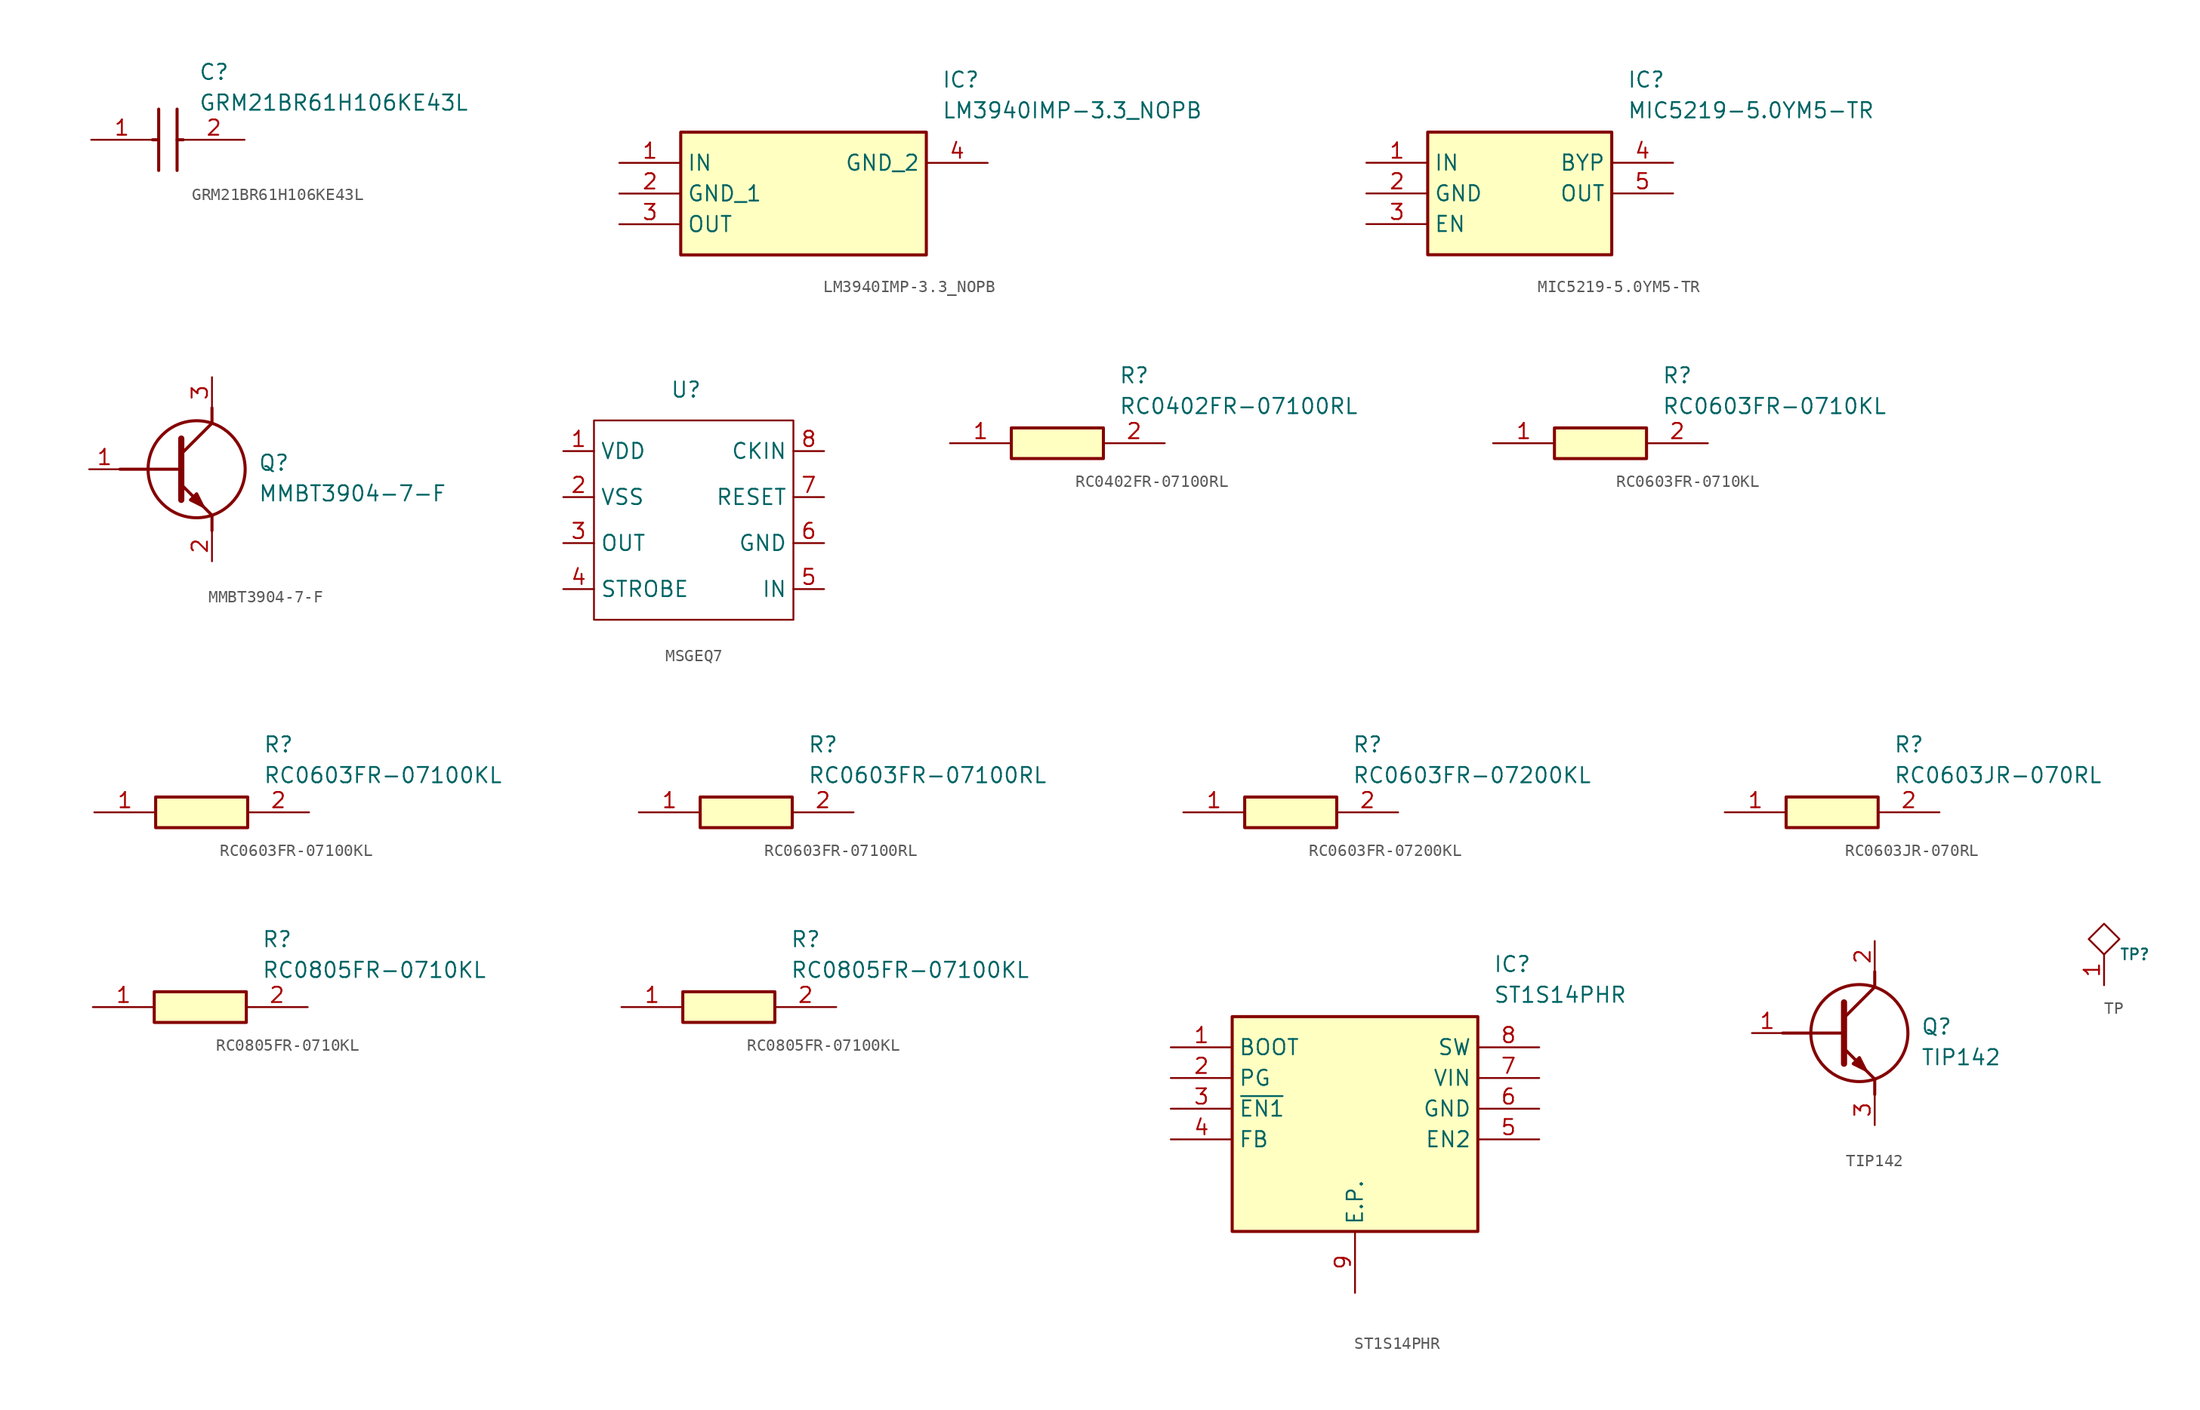
<source format=kicad_sym>
(kicad_symbol_lib
  (version 20231120)
  (generator "kicad_symbol_editor")
  (generator_version "8.0")
  (symbol "GRM21BR61H106KE43L"
    (pin_names hide)
    (property "Reference" "C"
      (at 8.89 6.35 0)
      (effects (font (size 1.27 1.27)) (justify left top)))
    (property "Value" "GRM21BR61H106KE43L"
      (at 8.89 3.81 0)
      (effects (font (size 1.27 1.27)) (justify left top)))
    (symbol "GRM21BR61H106KE43L_1_1"
      (polyline (pts (xy 5.08 0) (xy 5.588 0)) (stroke (width 0.254) (type default)) (fill (type none)))
      (polyline (pts (xy 5.588 2.54) (xy 5.588 -2.54)) (stroke (width 0.254) (type default)) (fill (type none)))
      (polyline (pts (xy 7.112 0) (xy 7.62 0)) (stroke (width 0.254) (type default)) (fill (type none)))
      (polyline (pts (xy 7.112 2.54) (xy 7.112 -2.54)) (stroke (width 0.254) (type default)) (fill (type none)))
      (pin passive line (at 0 0 0) (length 5.08) (name "1" (effects (font (size 1.27 1.27)))) (number "1" (effects (font (size 1.27 1.27)))))
      (pin passive line (at 12.7 0 180) (length 5.08) (name "2" (effects (font (size 1.27 1.27)))) (number "2" (effects (font (size 1.27 1.27)))))))
  (symbol "LM3940IMP-3.3_NOPB"
    (property "Reference" "IC"
      (at 26.67 7.62 0)
      (effects (font (size 1.27 1.27)) (justify left top)))
    (property "Value" "LM3940IMP-3.3_NOPB"
      (at 26.67 5.08 0)
      (effects (font (size 1.27 1.27)) (justify left top)))
    (symbol "LM3940IMP-3.3_NOPB_1_1"
      (rectangle (start 5.08 2.54) (end 25.4 -7.62) (stroke (width 0.254) (type default)) (fill (type background)))
      (pin passive line (at 0 0 0) (length 5.08) (name "IN" (effects (font (size 1.27 1.27)))) (number "1" (effects (font (size 1.27 1.27)))))
      (pin passive line (at 0 -2.54 0) (length 5.08) (name "GND_1" (effects (font (size 1.27 1.27)))) (number "2" (effects (font (size 1.27 1.27)))))
      (pin passive line (at 0 -5.08 0) (length 5.08) (name "OUT" (effects (font (size 1.27 1.27)))) (number "3" (effects (font (size 1.27 1.27)))))
      (pin passive line (at 30.48 0 180) (length 5.08) (name "GND_2" (effects (font (size 1.27 1.27)))) (number "4" (effects (font (size 1.27 1.27)))))))
  (symbol "MIC5219-5.0YM5-TR"
    (property "Reference" "IC"
      (at 21.59 7.62 0)
      (effects (font (size 1.27 1.27)) (justify left top)))
    (property "Value" "MIC5219-5.0YM5-TR"
      (at 21.59 5.08 0)
      (effects (font (size 1.27 1.27)) (justify left top)))
    (symbol "MIC5219-5.0YM5-TR_1_1"
      (rectangle (start 5.08 2.54) (end 20.32 -7.62) (stroke (width 0.254) (type default)) (fill (type background)))
      (pin passive line (at 0 0 0) (length 5.08) (name "IN" (effects (font (size 1.27 1.27)))) (number "1" (effects (font (size 1.27 1.27)))))
      (pin passive line (at 0 -2.54 0) (length 5.08) (name "GND" (effects (font (size 1.27 1.27)))) (number "2" (effects (font (size 1.27 1.27)))))
      (pin passive line (at 0 -5.08 0) (length 5.08) (name "EN" (effects (font (size 1.27 1.27)))) (number "3" (effects (font (size 1.27 1.27)))))
      (pin passive line (at 25.4 0 180) (length 5.08) (name "BYP" (effects (font (size 1.27 1.27)))) (number "4" (effects (font (size 1.27 1.27)))))
      (pin passive line (at 25.4 -2.54 180) (length 5.08) (name "OUT" (effects (font (size 1.27 1.27)))) (number "5" (effects (font (size 1.27 1.27)))))))
  (symbol "MMBT3904-7-F"
    (pin_names hide)
    (property "Reference" "Q"
      (at 13.97 1.27 0)
      (effects (font (size 1.27 1.27)) (justify left top)))
    (property "Value" "MMBT3904-7-F"
      (at 13.97 -1.27 0)
      (effects (font (size 1.27 1.27)) (justify left top)))
    (symbol "MMBT3904-7-F_1_1"
      (polyline (pts (xy 2.54 0) (xy 7.62 0)) (stroke (width 0.254) (type default)) (fill (type none)))
      (polyline (pts (xy 7.62 -1.27) (xy 10.16 -3.81)) (stroke (width 0.254) (type default)) (fill (type none)))
      (polyline (pts (xy 7.62 1.27) (xy 10.16 3.81)) (stroke (width 0.254) (type default)) (fill (type none)))
      (polyline (pts (xy 7.62 2.54) (xy 7.62 -2.54)) (stroke (width 0.508) (type default)) (fill (type none)))
      (polyline (pts (xy 10.16 -3.81) (xy 10.16 -5.08)) (stroke (width 0.254) (type default)) (fill (type none)))
      (polyline (pts (xy 10.16 3.81) (xy 10.16 5.08)) (stroke (width 0.254) (type default)) (fill (type none)))
      (polyline (pts (xy 8.382 -2.54) (xy 8.89 -2.032) (xy 9.398 -3.048) (xy 8.382 -2.54)) (stroke (width 0.254) (type default)) (fill (type outline)))
      (circle (center 8.89 0) (radius 4.016) (stroke (width 0.254) (type default)) (fill (type none)))
      (pin passive line (at 0 0 0) (length 2.54) (name "B" (effects (font (size 1.27 1.27)))) (number "1" (effects (font (size 1.27 1.27)))))
      (pin passive line (at 10.16 -7.62 90) (length 2.54) (name "E" (effects (font (size 1.27 1.27)))) (number "2" (effects (font (size 1.27 1.27)))))
      (pin passive line (at 10.16 7.62 270) (length 2.54) (name "C" (effects (font (size 1.27 1.27)))) (number "3" (effects (font (size 1.27 1.27)))))))
  (symbol "MSGEQ7"
    (property "Reference" "U"
      (at 0 0 0)
      (effects (font (size 1.27 1.27))))
    (property "Value" ""
      (at 0 0 0)
      (effects (font (size 1.27 1.27))))
    (symbol "MSGEQ7_0_1"
      (rectangle (start -7.62 -2.54) (end 8.89 -19.05) (stroke (width 0) (type default)) (fill (type none))))
    (symbol "MSGEQ7_1_1"
      (pin input line (at -10.16 -5.08 0) (length 2.54) (name "VDD" (effects (font (size 1.27 1.27)))) (number "1" (effects (font (size 1.27 1.27)))))
      (pin input line (at -10.16 -8.89 0) (length 2.54) (name "VSS" (effects (font (size 1.27 1.27)))) (number "2" (effects (font (size 1.27 1.27)))))
      (pin input line (at -10.16 -12.7 0) (length 2.54) (name "OUT" (effects (font (size 1.27 1.27)))) (number "3" (effects (font (size 1.27 1.27)))))
      (pin input line (at -10.16 -16.51 0) (length 2.54) (name "STROBE" (effects (font (size 1.27 1.27)))) (number "4" (effects (font (size 1.27 1.27)))))
      (pin input line (at 11.43 -16.51 180) (length 2.54) (name "IN" (effects (font (size 1.27 1.27)))) (number "5" (effects (font (size 1.27 1.27)))))
      (pin input line (at 11.43 -12.7 180) (length 2.54) (name "GND" (effects (font (size 1.27 1.27)))) (number "6" (effects (font (size 1.27 1.27)))))
      (pin input line (at 11.43 -8.89 180) (length 2.54) (name "RESET" (effects (font (size 1.27 1.27)))) (number "7" (effects (font (size 1.27 1.27)))))
      (pin input line (at 11.43 -5.08 180) (length 2.54) (name "CKIN" (effects (font (size 1.27 1.27)))) (number "8" (effects (font (size 1.27 1.27)))))))
  (symbol "RC0402FR-07100RL"
    (pin_names hide)
    (property "Reference" "R"
      (at 13.97 6.35 0)
      (effects (font (size 1.27 1.27)) (justify left top)))
    (property "Value" "RC0402FR-07100RL"
      (at 13.97 3.81 0)
      (effects (font (size 1.27 1.27)) (justify left top)))
    (symbol "RC0402FR-07100RL_1_1"
      (rectangle (start 5.08 1.27) (end 12.7 -1.27) (stroke (width 0.254) (type default)) (fill (type background)))
      (pin passive line (at 0 0 0) (length 5.08) (name "1" (effects (font (size 1.27 1.27)))) (number "1" (effects (font (size 1.27 1.27)))))
      (pin passive line (at 17.78 0 180) (length 5.08) (name "2" (effects (font (size 1.27 1.27)))) (number "2" (effects (font (size 1.27 1.27)))))))
  (symbol "RC0603FR-0710KL"
    (pin_names hide)
    (property "Reference" "R"
      (at 13.97 6.35 0)
      (effects (font (size 1.27 1.27)) (justify left top)))
    (property "Value" "RC0603FR-0710KL"
      (at 13.97 3.81 0)
      (effects (font (size 1.27 1.27)) (justify left top)))
    (symbol "RC0603FR-0710KL_1_1"
      (rectangle (start 5.08 1.27) (end 12.7 -1.27) (stroke (width 0.254) (type default)) (fill (type background)))
      (pin passive line (at 0 0 0) (length 5.08) (name "1" (effects (font (size 1.27 1.27)))) (number "1" (effects (font (size 1.27 1.27)))))
      (pin passive line (at 17.78 0 180) (length 5.08) (name "2" (effects (font (size 1.27 1.27)))) (number "2" (effects (font (size 1.27 1.27)))))))
  (symbol "RC0603FR-07100KL"
    (pin_names hide)
    (property "Reference" "R"
      (at 13.97 6.35 0)
      (effects (font (size 1.27 1.27)) (justify left top)))
    (property "Value" "RC0603FR-07100KL"
      (at 13.97 3.81 0)
      (effects (font (size 1.27 1.27)) (justify left top)))
    (symbol "RC0603FR-07100KL_1_1"
      (rectangle (start 5.08 1.27) (end 12.7 -1.27) (stroke (width 0.254) (type default)) (fill (type background)))
      (pin passive line (at 0 0 0) (length 5.08) (name "1" (effects (font (size 1.27 1.27)))) (number "1" (effects (font (size 1.27 1.27)))))
      (pin passive line (at 17.78 0 180) (length 5.08) (name "2" (effects (font (size 1.27 1.27)))) (number "2" (effects (font (size 1.27 1.27)))))))
  (symbol "RC0603FR-07100RL"
    (pin_names hide)
    (property "Reference" "R"
      (at 13.97 6.35 0)
      (effects (font (size 1.27 1.27)) (justify left top)))
    (property "Value" "RC0603FR-07100RL"
      (at 13.97 3.81 0)
      (effects (font (size 1.27 1.27)) (justify left top)))
    (symbol "RC0603FR-07100RL_1_1"
      (rectangle (start 5.08 1.27) (end 12.7 -1.27) (stroke (width 0.254) (type default)) (fill (type background)))
      (pin passive line (at 0 0 0) (length 5.08) (name "1" (effects (font (size 1.27 1.27)))) (number "1" (effects (font (size 1.27 1.27)))))
      (pin passive line (at 17.78 0 180) (length 5.08) (name "2" (effects (font (size 1.27 1.27)))) (number "2" (effects (font (size 1.27 1.27)))))))
  (symbol "RC0603FR-07200KL"
    (pin_names hide)
    (property "Reference" "R"
      (at 13.97 6.35 0)
      (effects (font (size 1.27 1.27)) (justify left top)))
    (property "Value" "RC0603FR-07200KL"
      (at 13.97 3.81 0)
      (effects (font (size 1.27 1.27)) (justify left top)))
    (symbol "RC0603FR-07200KL_1_1"
      (rectangle (start 5.08 1.27) (end 12.7 -1.27) (stroke (width 0.254) (type default)) (fill (type background)))
      (pin passive line (at 0 0 0) (length 5.08) (name "1" (effects (font (size 1.27 1.27)))) (number "1" (effects (font (size 1.27 1.27)))))
      (pin passive line (at 17.78 0 180) (length 5.08) (name "2" (effects (font (size 1.27 1.27)))) (number "2" (effects (font (size 1.27 1.27)))))))
  (symbol "RC0603JR-070RL"
    (pin_names hide)
    (property "Reference" "R"
      (at 13.97 6.35 0)
      (effects (font (size 1.27 1.27)) (justify left top)))
    (property "Value" "RC0603JR-070RL"
      (at 13.97 3.81 0)
      (effects (font (size 1.27 1.27)) (justify left top)))
    (symbol "RC0603JR-070RL_1_1"
      (rectangle (start 5.08 1.27) (end 12.7 -1.27) (stroke (width 0.254) (type default)) (fill (type background)))
      (pin passive line (at 0 0 0) (length 5.08) (name "1" (effects (font (size 1.27 1.27)))) (number "1" (effects (font (size 1.27 1.27)))))
      (pin passive line (at 17.78 0 180) (length 5.08) (name "2" (effects (font (size 1.27 1.27)))) (number "2" (effects (font (size 1.27 1.27)))))))
  (symbol "RC0805FR-0710KL"
    (pin_names hide)
    (property "Reference" "R"
      (at 13.97 6.35 0)
      (effects (font (size 1.27 1.27)) (justify left top)))
    (property "Value" "RC0805FR-0710KL"
      (at 13.97 3.81 0)
      (effects (font (size 1.27 1.27)) (justify left top)))
    (symbol "RC0805FR-0710KL_1_1"
      (rectangle (start 5.08 1.27) (end 12.7 -1.27) (stroke (width 0.254) (type default)) (fill (type background)))
      (pin passive line (at 0 0 0) (length 5.08) (name "1" (effects (font (size 1.27 1.27)))) (number "1" (effects (font (size 1.27 1.27)))))
      (pin passive line (at 17.78 0 180) (length 5.08) (name "2" (effects (font (size 1.27 1.27)))) (number "2" (effects (font (size 1.27 1.27)))))))
  (symbol "RC0805FR-07100KL"
    (pin_names hide)
    (property "Reference" "R"
      (at 13.97 6.35 0)
      (effects (font (size 1.27 1.27)) (justify left top)))
    (property "Value" "RC0805FR-07100KL"
      (at 13.97 3.81 0)
      (effects (font (size 1.27 1.27)) (justify left top)))
    (symbol "RC0805FR-07100KL_1_1"
      (rectangle (start 5.08 1.27) (end 12.7 -1.27) (stroke (width 0.254) (type default)) (fill (type background)))
      (pin passive line (at 0 0 0) (length 5.08) (name "1" (effects (font (size 1.27 1.27)))) (number "1" (effects (font (size 1.27 1.27)))))
      (pin passive line (at 17.78 0 180) (length 5.08) (name "2" (effects (font (size 1.27 1.27)))) (number "2" (effects (font (size 1.27 1.27)))))))
  (symbol "ST1S14PHR"
    (property "Reference" "IC"
      (at 26.67 7.62 0)
      (effects (font (size 1.27 1.27)) (justify left top)))
    (property "Value" "ST1S14PHR"
      (at 26.67 5.08 0)
      (effects (font (size 1.27 1.27)) (justify left top)))
    (symbol "ST1S14PHR_1_1"
      (rectangle (start 5.08 2.54) (end 25.4 -15.24) (stroke (width 0.254) (type default)) (fill (type background)))
      (pin passive line (at 0 0 0) (length 5.08) (name "BOOT" (effects (font (size 1.27 1.27)))) (number "1" (effects (font (size 1.27 1.27)))))
      (pin passive line (at 0 -2.54 0) (length 5.08) (name "PG" (effects (font (size 1.27 1.27)))) (number "2" (effects (font (size 1.27 1.27)))))
      (pin passive line (at 0 -5.08 0) (length 5.08) (name "~{EN1}" (effects (font (size 1.27 1.27)))) (number "3" (effects (font (size 1.27 1.27)))))
      (pin passive line (at 0 -7.62 0) (length 5.08) (name "FB" (effects (font (size 1.27 1.27)))) (number "4" (effects (font (size 1.27 1.27)))))
      (pin passive line (at 30.48 -7.62 180) (length 5.08) (name "EN2" (effects (font (size 1.27 1.27)))) (number "5" (effects (font (size 1.27 1.27)))))
      (pin passive line (at 30.48 -5.08 180) (length 5.08) (name "GND" (effects (font (size 1.27 1.27)))) (number "6" (effects (font (size 1.27 1.27)))))
      (pin passive line (at 30.48 -2.54 180) (length 5.08) (name "VIN" (effects (font (size 1.27 1.27)))) (number "7" (effects (font (size 1.27 1.27)))))
      (pin passive line (at 30.48 0 180) (length 5.08) (name "SW" (effects (font (size 1.27 1.27)))) (number "8" (effects (font (size 1.27 1.27)))))
      (pin passive line (at 15.24 -20.32 90) (length 5.08) (name "E.P." (effects (font (size 1.27 1.27)))) (number "9" (effects (font (size 1.27 1.27)))))))
  (symbol "TIP142"
    (pin_names hide)
    (property "Reference" "Q"
      (at 13.97 1.27 0)
      (effects (font (size 1.27 1.27)) (justify left top)))
    (property "Value" "TIP142"
      (at 13.97 -1.27 0)
      (effects (font (size 1.27 1.27)) (justify left top)))
    (symbol "TIP142_1_1"
      (polyline (pts (xy 2.54 0) (xy 7.62 0)) (stroke (width 0.254) (type default)) (fill (type none)))
      (polyline (pts (xy 7.62 -1.27) (xy 10.16 -3.81)) (stroke (width 0.254) (type default)) (fill (type none)))
      (polyline (pts (xy 7.62 1.27) (xy 10.16 3.81)) (stroke (width 0.254) (type default)) (fill (type none)))
      (polyline (pts (xy 7.62 2.54) (xy 7.62 -2.54)) (stroke (width 0.508) (type default)) (fill (type none)))
      (polyline (pts (xy 10.16 -3.81) (xy 10.16 -5.08)) (stroke (width 0.254) (type default)) (fill (type none)))
      (polyline (pts (xy 10.16 3.81) (xy 10.16 5.08)) (stroke (width 0.254) (type default)) (fill (type none)))
      (polyline (pts (xy 8.382 -2.54) (xy 8.89 -2.032) (xy 9.398 -3.048) (xy 8.382 -2.54)) (stroke (width 0.254) (type default)) (fill (type outline)))
      (circle (center 8.89 0) (radius 4.016) (stroke (width 0.254) (type default)) (fill (type none)))
      (pin passive line (at 0 0 0) (length 2.54) (name "B" (effects (font (size 1.27 1.27)))) (number "1" (effects (font (size 1.27 1.27)))))
      (pin passive line (at 10.16 7.62 270) (length 2.54) (name "C" (effects (font (size 1.27 1.27)))) (number "2" (effects (font (size 1.27 1.27)))))
      (pin passive line (at 10.16 -7.62 90) (length 2.54) (name "E" (effects (font (size 1.27 1.27)))) (number "3" (effects (font (size 1.27 1.27)))))))
  (symbol "TP"
    (property "Reference" "TP"
      (at 2.54 -1.27 0)
      (effects (font (size 0.9 0.9))))
    (property "Value" ""
      (at 0 0 0)
      (effects (font (size 1.27 1.27))))
    (symbol "TP_0_1"
      (polyline (pts (xy 0 -1.27) (xy 1.27 0) (xy 0 1.27) (xy -1.27 0) (xy 0 -1.27)) (stroke (width 0) (type default)) (fill (type none))))
    (symbol "TP_1_1"
      (pin input line (at 0 -3.81 90) (length 2.54) (name "" (effects (font (size 1.27 1.27)))) (number "1" (effects (font (size 1.27 1.27))))))))
</source>
